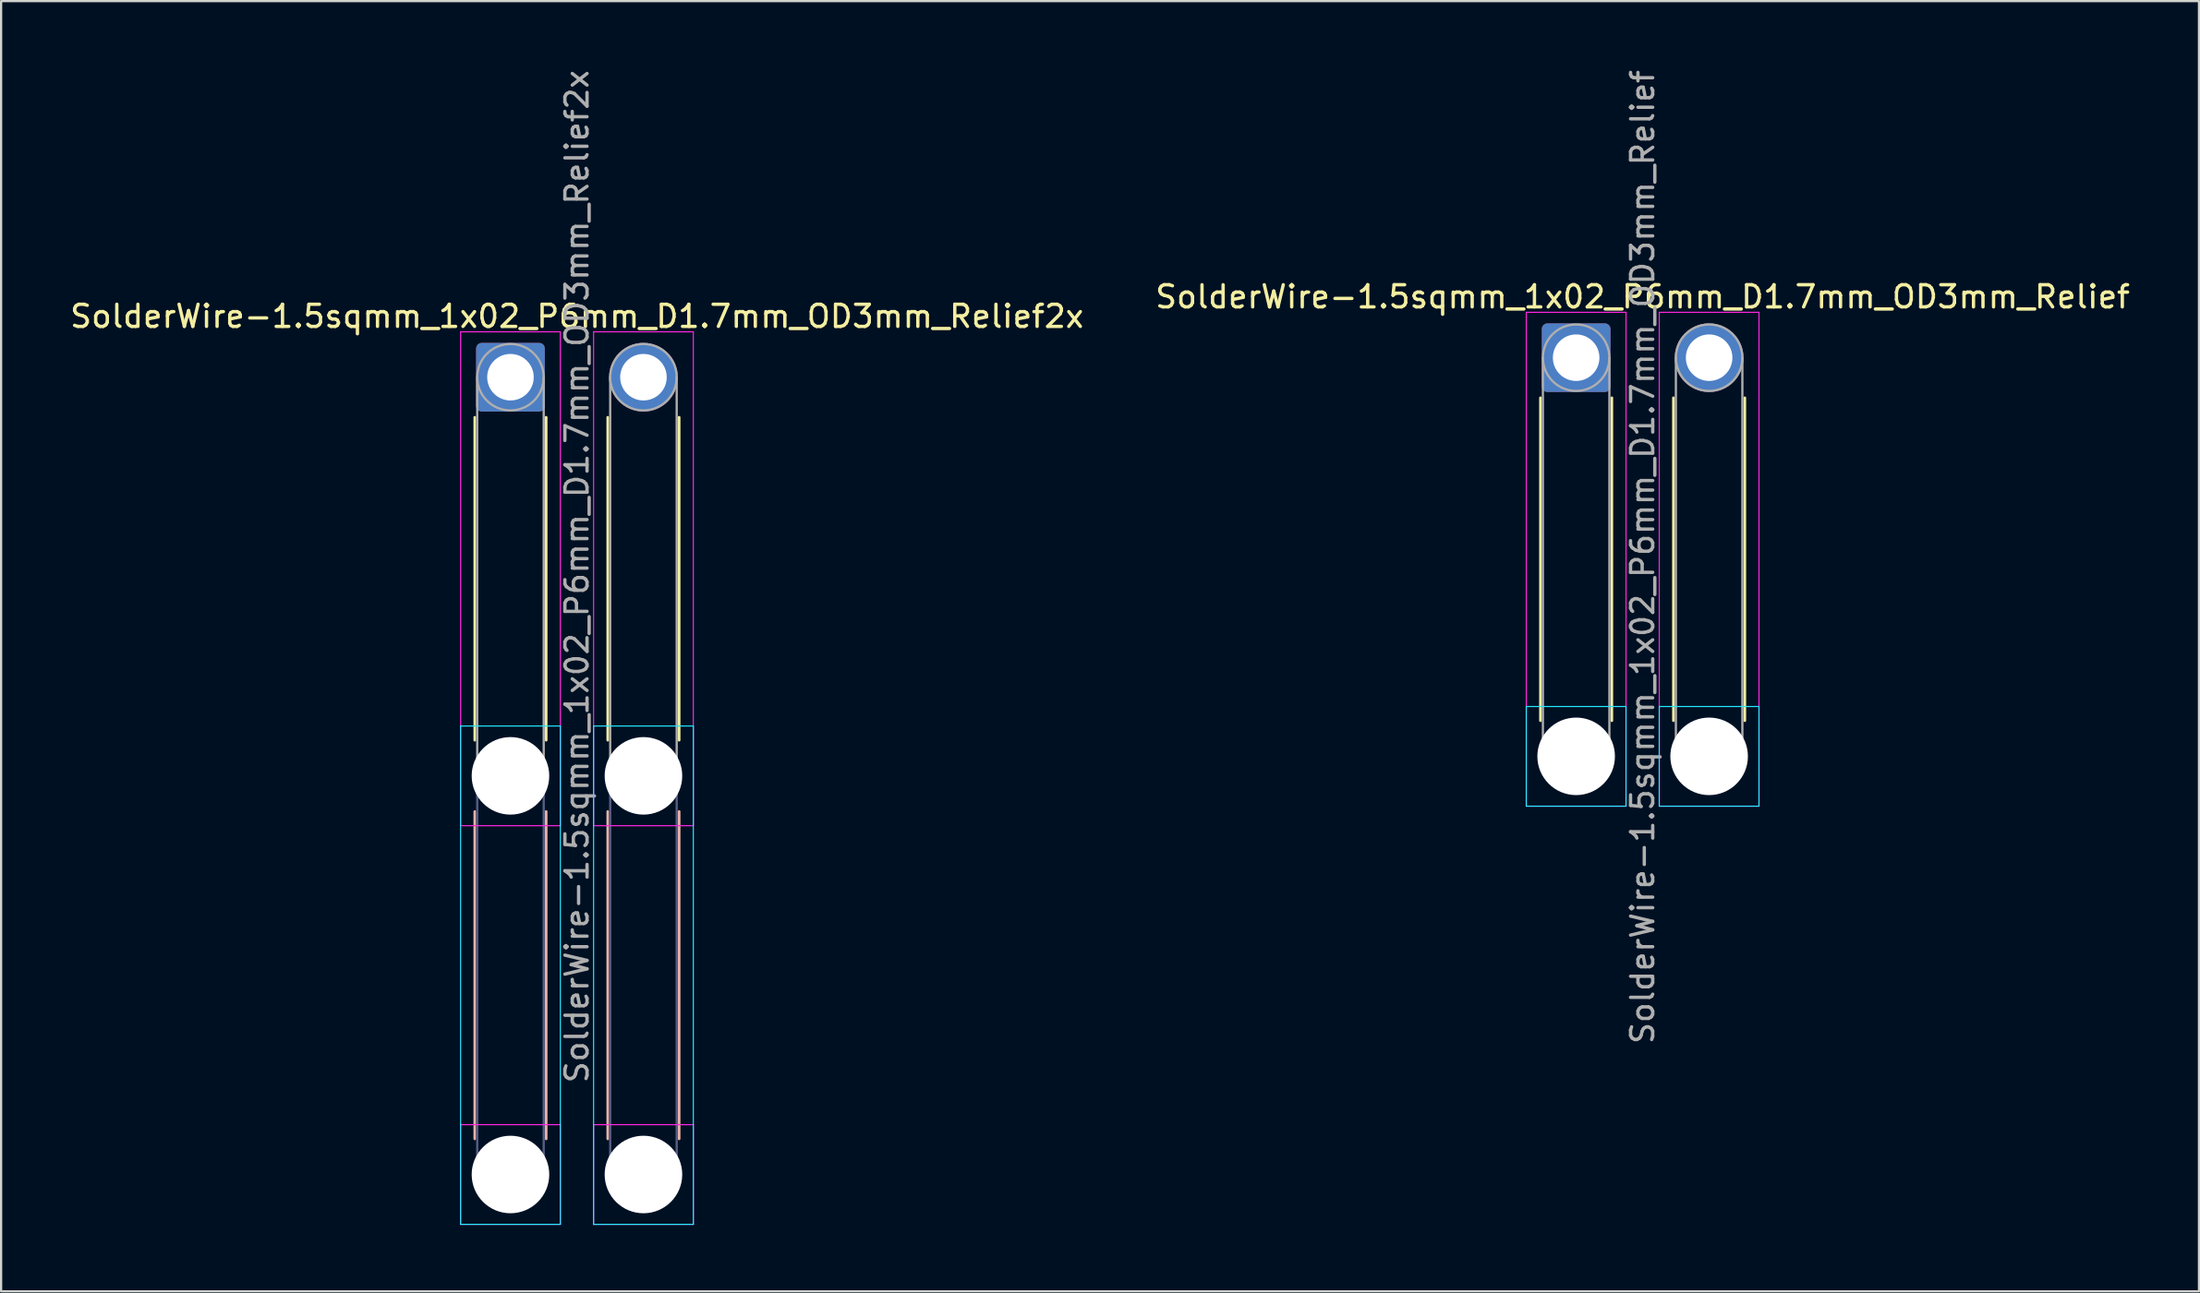
<source format=kicad_pcb>
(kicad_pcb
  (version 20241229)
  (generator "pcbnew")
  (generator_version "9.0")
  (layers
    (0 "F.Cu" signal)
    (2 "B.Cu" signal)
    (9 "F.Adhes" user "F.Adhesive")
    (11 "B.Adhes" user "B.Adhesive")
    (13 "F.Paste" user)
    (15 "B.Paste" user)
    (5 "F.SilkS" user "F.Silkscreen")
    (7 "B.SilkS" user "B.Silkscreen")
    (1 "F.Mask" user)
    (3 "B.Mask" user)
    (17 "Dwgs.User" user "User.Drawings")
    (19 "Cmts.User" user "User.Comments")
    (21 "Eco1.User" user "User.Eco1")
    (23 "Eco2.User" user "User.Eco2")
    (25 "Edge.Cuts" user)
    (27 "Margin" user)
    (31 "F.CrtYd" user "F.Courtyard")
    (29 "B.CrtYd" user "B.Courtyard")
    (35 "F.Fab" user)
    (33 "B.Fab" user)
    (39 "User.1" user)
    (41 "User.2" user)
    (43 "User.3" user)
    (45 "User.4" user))
  (footprint "SolderWire-1.5sqmm_1x02_P6mm_D1.7mm_OD3mm_Relief2x"
    (layer "F.Cu")
    (at 19.982 13.982)
    (property "Reference" "SolderWire-1.5sqmm_1x02_P6mm_D1.7mm_OD3mm_Relief2x" (at 3 -2.75 0) (layer "F.SilkS") (effects (font (size 1 1) (thickness 0.15))))
    (attr exclude_from_pos_files exclude_from_bom)
    (fp_line (start -1.61 1.81) (end -1.61 16.39) (stroke (width 0.12) (type solid)) (layer "F.SilkS"))
    (fp_line (start 1.61 1.81) (end 1.61 16.39) (stroke (width 0.12) (type solid)) (layer "F.SilkS"))
    (fp_line (start 4.39 1.81) (end 4.39 16.39) (stroke (width 0.12) (type solid)) (layer "F.SilkS"))
    (fp_line (start 7.61 1.81) (end 7.61 16.39) (stroke (width 0.12) (type solid)) (layer "F.SilkS"))
    (fp_line (start -1.61 19.61) (end -1.61 34.39) (stroke (width 0.12) (type solid)) (layer "B.SilkS"))
    (fp_line (start 1.61 19.61) (end 1.61 34.39) (stroke (width 0.12) (type solid)) (layer "B.SilkS"))
    (fp_line (start 4.39 19.61) (end 4.39 34.39) (stroke (width 0.12) (type solid)) (layer "B.SilkS"))
    (fp_line (start 7.61 19.61) (end 7.61 34.39) (stroke (width 0.12) (type solid)) (layer "B.SilkS"))
    (fp_line (start -2.25 15.75) (end -2.25 38.25) (stroke (width 0.05) (type solid)) (layer "B.CrtYd"))
    (fp_line (start -2.25 38.25) (end 2.25 38.25) (stroke (width 0.05) (type solid)) (layer "B.CrtYd"))
    (fp_line (start 2.25 15.75) (end -2.25 15.75) (stroke (width 0.05) (type solid)) (layer "B.CrtYd"))
    (fp_line (start 2.25 38.25) (end 2.25 15.75) (stroke (width 0.05) (type solid)) (layer "B.CrtYd"))
    (fp_line (start 3.75 15.75) (end 3.75 38.25) (stroke (width 0.05) (type solid)) (layer "B.CrtYd"))
    (fp_line (start 3.75 38.25) (end 8.25 38.25) (stroke (width 0.05) (type solid)) (layer "B.CrtYd"))
    (fp_line (start 8.25 15.75) (end 3.75 15.75) (stroke (width 0.05) (type solid)) (layer "B.CrtYd"))
    (fp_line (start 8.25 38.25) (end 8.25 15.75) (stroke (width 0.05) (type solid)) (layer "B.CrtYd"))
    (fp_line (start -2.25 -2.05) (end -2.25 20.25) (stroke (width 0.05) (type solid)) (layer "F.CrtYd"))
    (fp_line (start -2.25 20.25) (end 2.25 20.25) (stroke (width 0.05) (type solid)) (layer "F.CrtYd"))
    (fp_line (start -2.25 33.75) (end -2.25 38.25) (stroke (width 0.05) (type solid)) (layer "F.CrtYd"))
    (fp_line (start -2.25 38.25) (end 2.25 38.25) (stroke (width 0.05) (type solid)) (layer "F.CrtYd"))
    (fp_line (start 2.25 -2.05) (end -2.25 -2.05) (stroke (width 0.05) (type solid)) (layer "F.CrtYd"))
    (fp_line (start 2.25 20.25) (end 2.25 -2.05) (stroke (width 0.05) (type solid)) (layer "F.CrtYd"))
    (fp_line (start 2.25 33.75) (end -2.25 33.75) (stroke (width 0.05) (type solid)) (layer "F.CrtYd"))
    (fp_line (start 2.25 38.25) (end 2.25 33.75) (stroke (width 0.05) (type solid)) (layer "F.CrtYd"))
    (fp_line (start 3.75 -2.05) (end 3.75 20.25) (stroke (width 0.05) (type solid)) (layer "F.CrtYd"))
    (fp_line (start 3.75 20.25) (end 8.25 20.25) (stroke (width 0.05) (type solid)) (layer "F.CrtYd"))
    (fp_line (start 3.75 33.75) (end 3.75 38.25) (stroke (width 0.05) (type solid)) (layer "F.CrtYd"))
    (fp_line (start 3.75 38.25) (end 8.25 38.25) (stroke (width 0.05) (type solid)) (layer "F.CrtYd"))
    (fp_line (start 8.25 -2.05) (end 3.75 -2.05) (stroke (width 0.05) (type solid)) (layer "F.CrtYd"))
    (fp_line (start 8.25 20.25) (end 8.25 -2.05) (stroke (width 0.05) (type solid)) (layer "F.CrtYd"))
    (fp_line (start 8.25 33.75) (end 3.75 33.75) (stroke (width 0.05) (type solid)) (layer "F.CrtYd"))
    (fp_line (start 8.25 38.25) (end 8.25 33.75) (stroke (width 0.05) (type solid)) (layer "F.CrtYd"))
    (fp_line (start -1.5 18) (end -1.5 36) (stroke (width 0.1) (type solid)) (layer "B.Fab"))
    (fp_line (start 1.5 18) (end 1.5 36) (stroke (width 0.1) (type solid)) (layer "B.Fab"))
    (fp_line (start 4.5 18) (end 4.5 36) (stroke (width 0.1) (type solid)) (layer "B.Fab"))
    (fp_line (start 7.5 18) (end 7.5 36) (stroke (width 0.1) (type solid)) (layer "B.Fab"))
    (fp_circle (center 0 18) (end 1.5 18) (stroke (width 0.1) (type solid)) (fill no) (layer "B.Fab"))
    (fp_circle (center 0 36) (end 1.5 36) (stroke (width 0.1) (type solid)) (fill no) (layer "B.Fab"))
    (fp_circle (center 6 18) (end 7.5 18) (stroke (width 0.1) (type solid)) (fill no) (layer "B.Fab"))
    (fp_circle (center 6 36) (end 7.5 36) (stroke (width 0.1) (type solid)) (fill no) (layer "B.Fab"))
    (fp_line (start -1.5 0) (end -1.5 18) (stroke (width 0.1) (type solid)) (layer "F.Fab"))
    (fp_line (start 1.5 0) (end 1.5 18) (stroke (width 0.1) (type solid)) (layer "F.Fab"))
    (fp_line (start 4.5 0) (end 4.5 18) (stroke (width 0.1) (type solid)) (layer "F.Fab"))
    (fp_line (start 7.5 0) (end 7.5 18) (stroke (width 0.1) (type solid)) (layer "F.Fab"))
    (fp_circle (center 0 0) (end 1.5 0) (stroke (width 0.1) (type solid)) (fill no) (layer "F.Fab"))
    (fp_circle (center 0 18) (end 1.5 18) (stroke (width 0.1) (type solid)) (fill no) (layer "F.Fab"))
    (fp_circle (center 0 36) (end 1.5 36) (stroke (width 0.1) (type solid)) (fill no) (layer "F.Fab"))
    (fp_circle (center 6 0) (end 7.5 0) (stroke (width 0.1) (type solid)) (fill no) (layer "F.Fab"))
    (fp_circle (center 6 18) (end 7.5 18) (stroke (width 0.1) (type solid)) (fill no) (layer "F.Fab"))
    (fp_circle (center 6 36) (end 7.5 36) (stroke (width 0.1) (type solid)) (fill no) (layer "F.Fab"))
    (fp_text user "${REFERENCE}" (at 3 9 90) (layer "F.Fab") (effects (font (size 1 1) (thickness 0.15))))
    (pad "" np_thru_hole circle (at 0 18) (size 3.5 3.5) (drill 3.5) (layers "*.Cu" "*.Mask"))
    (pad "" np_thru_hole circle (at 0 36) (size 3.5 3.5) (drill 3.5) (layers "*.Cu" "*.Mask"))
    (pad "" np_thru_hole circle (at 6 18) (size 3.5 3.5) (drill 3.5) (layers "*.Cu" "*.Mask"))
    (pad "" np_thru_hole circle (at 6 36) (size 3.5 3.5) (drill 3.5) (layers "*.Cu" "*.Mask"))
    (pad "1" thru_hole roundrect (at 0 0) (size 3.1 3.1) (drill 2.1) (layers "*.Cu" "*.Mask") (roundrect_rratio 0.081))
    (pad "2" thru_hole circle (at 6 0) (size 3.1 3.1) (drill 2.1) (layers "*.Cu" "*.Mask")))
  (footprint "SolderWire-1.5sqmm_1x02_P6mm_D1.7mm_OD3mm_Relief"
    (layer "F.Cu")
    (at 68.065 13.101)
    (property "Reference" "SolderWire-1.5sqmm_1x02_P6mm_D1.7mm_OD3mm_Relief" (at 3 -2.75 0) (layer "F.SilkS") (effects (font (size 1 1) (thickness 0.15))))
    (attr exclude_from_pos_files exclude_from_bom)
    (fp_line (start -1.61 1.81) (end -1.61 16.39) (stroke (width 0.12) (type solid)) (layer "F.SilkS"))
    (fp_line (start 1.61 1.81) (end 1.61 16.39) (stroke (width 0.12) (type solid)) (layer "F.SilkS"))
    (fp_line (start 4.39 1.81) (end 4.39 16.39) (stroke (width 0.12) (type solid)) (layer "F.SilkS"))
    (fp_line (start 7.61 1.81) (end 7.61 16.39) (stroke (width 0.12) (type solid)) (layer "F.SilkS"))
    (fp_line (start -2.25 15.75) (end -2.25 20.25) (stroke (width 0.05) (type solid)) (layer "B.CrtYd"))
    (fp_line (start -2.25 20.25) (end 2.25 20.25) (stroke (width 0.05) (type solid)) (layer "B.CrtYd"))
    (fp_line (start 2.25 15.75) (end -2.25 15.75) (stroke (width 0.05) (type solid)) (layer "B.CrtYd"))
    (fp_line (start 2.25 20.25) (end 2.25 15.75) (stroke (width 0.05) (type solid)) (layer "B.CrtYd"))
    (fp_line (start 3.75 15.75) (end 3.75 20.25) (stroke (width 0.05) (type solid)) (layer "B.CrtYd"))
    (fp_line (start 3.75 20.25) (end 8.25 20.25) (stroke (width 0.05) (type solid)) (layer "B.CrtYd"))
    (fp_line (start 8.25 15.75) (end 3.75 15.75) (stroke (width 0.05) (type solid)) (layer "B.CrtYd"))
    (fp_line (start 8.25 20.25) (end 8.25 15.75) (stroke (width 0.05) (type solid)) (layer "B.CrtYd"))
    (fp_line (start -2.25 -2.05) (end -2.25 20.25) (stroke (width 0.05) (type solid)) (layer "F.CrtYd"))
    (fp_line (start -2.25 20.25) (end 2.25 20.25) (stroke (width 0.05) (type solid)) (layer "F.CrtYd"))
    (fp_line (start 2.25 -2.05) (end -2.25 -2.05) (stroke (width 0.05) (type solid)) (layer "F.CrtYd"))
    (fp_line (start 2.25 20.25) (end 2.25 -2.05) (stroke (width 0.05) (type solid)) (layer "F.CrtYd"))
    (fp_line (start 3.75 -2.05) (end 3.75 20.25) (stroke (width 0.05) (type solid)) (layer "F.CrtYd"))
    (fp_line (start 3.75 20.25) (end 8.25 20.25) (stroke (width 0.05) (type solid)) (layer "F.CrtYd"))
    (fp_line (start 8.25 -2.05) (end 3.75 -2.05) (stroke (width 0.05) (type solid)) (layer "F.CrtYd"))
    (fp_line (start 8.25 20.25) (end 8.25 -2.05) (stroke (width 0.05) (type solid)) (layer "F.CrtYd"))
    (fp_line (start -1.5 0) (end -1.5 18) (stroke (width 0.1) (type solid)) (layer "F.Fab"))
    (fp_line (start 1.5 0) (end 1.5 18) (stroke (width 0.1) (type solid)) (layer "F.Fab"))
    (fp_line (start 4.5 0) (end 4.5 18) (stroke (width 0.1) (type solid)) (layer "F.Fab"))
    (fp_line (start 7.5 0) (end 7.5 18) (stroke (width 0.1) (type solid)) (layer "F.Fab"))
    (fp_circle (center 0 0) (end 1.5 0) (stroke (width 0.1) (type solid)) (fill no) (layer "F.Fab"))
    (fp_circle (center 0 18) (end 1.5 18) (stroke (width 0.1) (type solid)) (fill no) (layer "F.Fab"))
    (fp_circle (center 6 0) (end 7.5 0) (stroke (width 0.1) (type solid)) (fill no) (layer "F.Fab"))
    (fp_circle (center 6 18) (end 7.5 18) (stroke (width 0.1) (type solid)) (fill no) (layer "F.Fab"))
    (fp_text user "${REFERENCE}" (at 3 9 90) (layer "F.Fab") (effects (font (size 1 1) (thickness 0.15))))
    (pad "" np_thru_hole circle (at 0 18) (size 3.5 3.5) (drill 3.5) (layers "*.Cu" "*.Mask"))
    (pad "" np_thru_hole circle (at 6 18) (size 3.5 3.5) (drill 3.5) (layers "*.Cu" "*.Mask"))
    (pad "1" thru_hole roundrect (at 0 0) (size 3.1 3.1) (drill 2.1) (layers "*.Cu" "*.Mask") (roundrect_rratio 0.081))
    (pad "2" thru_hole circle (at 6 0) (size 3.1 3.1) (drill 2.1) (layers "*.Cu" "*.Mask")))
  (gr_rect
    (start -3 -3)
    (end 96.167 55.257)
    (stroke (width 0.1) (type default))
    (fill no)
    (layer "Edge.Cuts")))
</source>
